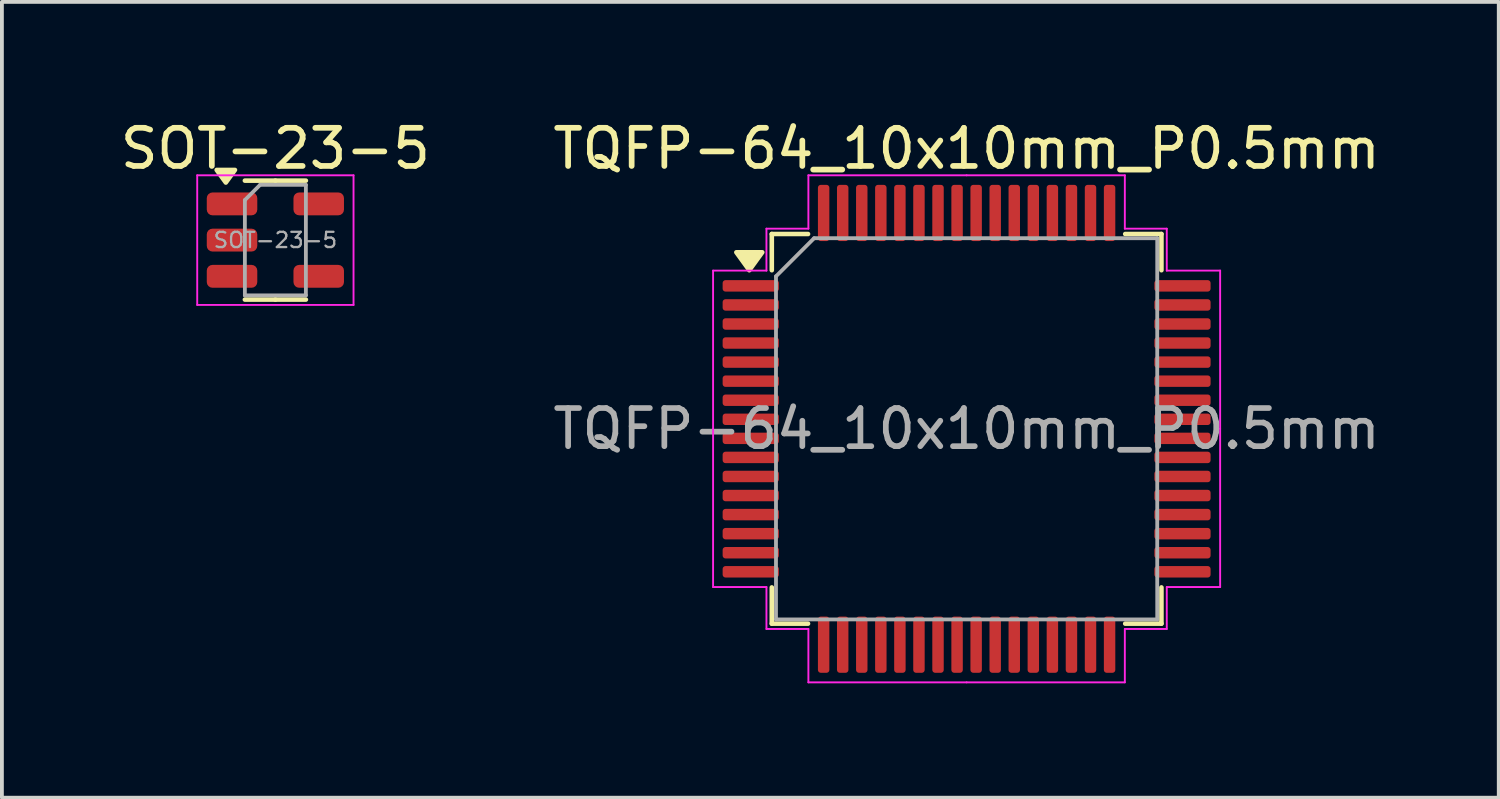
<source format=kicad_pcb>
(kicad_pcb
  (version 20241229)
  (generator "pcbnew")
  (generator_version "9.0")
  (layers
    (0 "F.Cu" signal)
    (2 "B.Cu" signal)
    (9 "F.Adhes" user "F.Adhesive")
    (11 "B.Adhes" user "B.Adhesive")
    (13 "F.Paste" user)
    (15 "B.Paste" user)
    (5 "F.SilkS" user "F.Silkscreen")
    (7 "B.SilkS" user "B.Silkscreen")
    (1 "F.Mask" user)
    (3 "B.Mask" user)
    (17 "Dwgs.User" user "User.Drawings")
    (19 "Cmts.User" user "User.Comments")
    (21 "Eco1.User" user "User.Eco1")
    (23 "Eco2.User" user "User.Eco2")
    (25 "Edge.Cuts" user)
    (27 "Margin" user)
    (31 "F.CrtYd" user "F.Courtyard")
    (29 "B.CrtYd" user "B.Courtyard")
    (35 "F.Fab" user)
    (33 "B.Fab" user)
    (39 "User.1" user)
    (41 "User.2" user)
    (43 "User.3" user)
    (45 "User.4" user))
  (footprint "TQFP-64_10x10mm_P0.5mm"
    (layer "F.Cu")
    (at 22.304 8.198)
    (property "Reference" "TQFP-64_10x10mm_P0.5mm" (at 0 -7.35 0) (layer "F.SilkS") (effects (font (size 1 1) (thickness 0.15))))
    (attr smd)
    (fp_line (start -5.11 -5.11) (end -5.11 -4.16) (stroke (width 0.12) (type solid)) (layer "F.SilkS"))
    (fp_line (start -5.11 5.11) (end -5.11 4.16) (stroke (width 0.12) (type solid)) (layer "F.SilkS"))
    (fp_line (start -4.16 -5.11) (end -5.11 -5.11) (stroke (width 0.12) (type solid)) (layer "F.SilkS"))
    (fp_line (start -4.16 5.11) (end -5.11 5.11) (stroke (width 0.12) (type solid)) (layer "F.SilkS"))
    (fp_line (start 4.16 -5.11) (end 5.11 -5.11) (stroke (width 0.12) (type solid)) (layer "F.SilkS"))
    (fp_line (start 4.16 5.11) (end 5.11 5.11) (stroke (width 0.12) (type solid)) (layer "F.SilkS"))
    (fp_line (start 5.11 -5.11) (end 5.11 -4.16) (stroke (width 0.12) (type solid)) (layer "F.SilkS"))
    (fp_line (start 5.11 5.11) (end 5.11 4.16) (stroke (width 0.12) (type solid)) (layer "F.SilkS"))
    (fp_poly (pts (xy -5.7 -4.16) (xy -6.04 -4.63) (xy -5.36 -4.63) (xy -5.7 -4.16)) (stroke (width 0.12) (type solid)) (fill yes) (layer "F.SilkS"))
    (fp_line (start -6.65 -4.15) (end -6.65 0) (stroke (width 0.05) (type solid)) (layer "F.CrtYd"))
    (fp_line (start -6.65 4.15) (end -6.65 0) (stroke (width 0.05) (type solid)) (layer "F.CrtYd"))
    (fp_line (start -5.25 -5.25) (end -5.25 -4.15) (stroke (width 0.05) (type solid)) (layer "F.CrtYd"))
    (fp_line (start -5.25 -4.15) (end -6.65 -4.15) (stroke (width 0.05) (type solid)) (layer "F.CrtYd"))
    (fp_line (start -5.25 4.15) (end -6.65 4.15) (stroke (width 0.05) (type solid)) (layer "F.CrtYd"))
    (fp_line (start -5.25 5.25) (end -5.25 4.15) (stroke (width 0.05) (type solid)) (layer "F.CrtYd"))
    (fp_line (start -4.15 -6.65) (end -4.15 -5.25) (stroke (width 0.05) (type solid)) (layer "F.CrtYd"))
    (fp_line (start -4.15 -5.25) (end -5.25 -5.25) (stroke (width 0.05) (type solid)) (layer "F.CrtYd"))
    (fp_line (start -4.15 5.25) (end -5.25 5.25) (stroke (width 0.05) (type solid)) (layer "F.CrtYd"))
    (fp_line (start -4.15 6.65) (end -4.15 5.25) (stroke (width 0.05) (type solid)) (layer "F.CrtYd"))
    (fp_line (start 0 -6.65) (end -4.15 -6.65) (stroke (width 0.05) (type solid)) (layer "F.CrtYd"))
    (fp_line (start 0 -6.65) (end 4.15 -6.65) (stroke (width 0.05) (type solid)) (layer "F.CrtYd"))
    (fp_line (start 0 6.65) (end -4.15 6.65) (stroke (width 0.05) (type solid)) (layer "F.CrtYd"))
    (fp_line (start 0 6.65) (end 4.15 6.65) (stroke (width 0.05) (type solid)) (layer "F.CrtYd"))
    (fp_line (start 4.15 -6.65) (end 4.15 -5.25) (stroke (width 0.05) (type solid)) (layer "F.CrtYd"))
    (fp_line (start 4.15 -5.25) (end 5.25 -5.25) (stroke (width 0.05) (type solid)) (layer "F.CrtYd"))
    (fp_line (start 4.15 5.25) (end 5.25 5.25) (stroke (width 0.05) (type solid)) (layer "F.CrtYd"))
    (fp_line (start 4.15 6.65) (end 4.15 5.25) (stroke (width 0.05) (type solid)) (layer "F.CrtYd"))
    (fp_line (start 5.25 -5.25) (end 5.25 -4.15) (stroke (width 0.05) (type solid)) (layer "F.CrtYd"))
    (fp_line (start 5.25 -4.15) (end 6.65 -4.15) (stroke (width 0.05) (type solid)) (layer "F.CrtYd"))
    (fp_line (start 5.25 4.15) (end 6.65 4.15) (stroke (width 0.05) (type solid)) (layer "F.CrtYd"))
    (fp_line (start 5.25 5.25) (end 5.25 4.15) (stroke (width 0.05) (type solid)) (layer "F.CrtYd"))
    (fp_line (start 6.65 -4.15) (end 6.65 0) (stroke (width 0.05) (type solid)) (layer "F.CrtYd"))
    (fp_line (start 6.65 4.15) (end 6.65 0) (stroke (width 0.05) (type solid)) (layer "F.CrtYd"))
    (fp_line (start -5 -4) (end -4 -5) (stroke (width 0.1) (type solid)) (layer "F.Fab"))
    (fp_line (start -5 5) (end -5 -4) (stroke (width 0.1) (type solid)) (layer "F.Fab"))
    (fp_line (start -4 -5) (end 5 -5) (stroke (width 0.1) (type solid)) (layer "F.Fab"))
    (fp_line (start 5 -5) (end 5 5) (stroke (width 0.1) (type solid)) (layer "F.Fab"))
    (fp_line (start 5 5) (end -5 5) (stroke (width 0.1) (type solid)) (layer "F.Fab"))
    (fp_text user "${REFERENCE}" (at 0 0 0) (layer "F.Fab") (effects (font (size 1 1) (thickness 0.15))))
    (pad "1" smd roundrect (at -5.662 -3.75) (size 1.475 0.3) (layers "F.Cu" "F.Mask" "F.Paste") (roundrect_rratio 0.25))
    (pad "2" smd roundrect (at -5.662 -3.25) (size 1.475 0.3) (layers "F.Cu" "F.Mask" "F.Paste") (roundrect_rratio 0.25))
    (pad "3" smd roundrect (at -5.662 -2.75) (size 1.475 0.3) (layers "F.Cu" "F.Mask" "F.Paste") (roundrect_rratio 0.25))
    (pad "4" smd roundrect (at -5.662 -2.25) (size 1.475 0.3) (layers "F.Cu" "F.Mask" "F.Paste") (roundrect_rratio 0.25))
    (pad "5" smd roundrect (at -5.662 -1.75) (size 1.475 0.3) (layers "F.Cu" "F.Mask" "F.Paste") (roundrect_rratio 0.25))
    (pad "6" smd roundrect (at -5.662 -1.25) (size 1.475 0.3) (layers "F.Cu" "F.Mask" "F.Paste") (roundrect_rratio 0.25))
    (pad "7" smd roundrect (at -5.662 -0.75) (size 1.475 0.3) (layers "F.Cu" "F.Mask" "F.Paste") (roundrect_rratio 0.25))
    (pad "8" smd roundrect (at -5.662 -0.25) (size 1.475 0.3) (layers "F.Cu" "F.Mask" "F.Paste") (roundrect_rratio 0.25))
    (pad "9" smd roundrect (at -5.662 0.25) (size 1.475 0.3) (layers "F.Cu" "F.Mask" "F.Paste") (roundrect_rratio 0.25))
    (pad "10" smd roundrect (at -5.662 0.75) (size 1.475 0.3) (layers "F.Cu" "F.Mask" "F.Paste") (roundrect_rratio 0.25))
    (pad "11" smd roundrect (at -5.662 1.25) (size 1.475 0.3) (layers "F.Cu" "F.Mask" "F.Paste") (roundrect_rratio 0.25))
    (pad "12" smd roundrect (at -5.662 1.75) (size 1.475 0.3) (layers "F.Cu" "F.Mask" "F.Paste") (roundrect_rratio 0.25))
    (pad "13" smd roundrect (at -5.662 2.25) (size 1.475 0.3) (layers "F.Cu" "F.Mask" "F.Paste") (roundrect_rratio 0.25))
    (pad "14" smd roundrect (at -5.662 2.75) (size 1.475 0.3) (layers "F.Cu" "F.Mask" "F.Paste") (roundrect_rratio 0.25))
    (pad "15" smd roundrect (at -5.662 3.25) (size 1.475 0.3) (layers "F.Cu" "F.Mask" "F.Paste") (roundrect_rratio 0.25))
    (pad "16" smd roundrect (at -5.662 3.75) (size 1.475 0.3) (layers "F.Cu" "F.Mask" "F.Paste") (roundrect_rratio 0.25))
    (pad "17" smd roundrect (at -3.75 5.662) (size 0.3 1.475) (layers "F.Cu" "F.Mask" "F.Paste") (roundrect_rratio 0.25))
    (pad "18" smd roundrect (at -3.25 5.662) (size 0.3 1.475) (layers "F.Cu" "F.Mask" "F.Paste") (roundrect_rratio 0.25))
    (pad "19" smd roundrect (at -2.75 5.662) (size 0.3 1.475) (layers "F.Cu" "F.Mask" "F.Paste") (roundrect_rratio 0.25))
    (pad "20" smd roundrect (at -2.25 5.662) (size 0.3 1.475) (layers "F.Cu" "F.Mask" "F.Paste") (roundrect_rratio 0.25))
    (pad "21" smd roundrect (at -1.75 5.662) (size 0.3 1.475) (layers "F.Cu" "F.Mask" "F.Paste") (roundrect_rratio 0.25))
    (pad "22" smd roundrect (at -1.25 5.662) (size 0.3 1.475) (layers "F.Cu" "F.Mask" "F.Paste") (roundrect_rratio 0.25))
    (pad "23" smd roundrect (at -0.75 5.662) (size 0.3 1.475) (layers "F.Cu" "F.Mask" "F.Paste") (roundrect_rratio 0.25))
    (pad "24" smd roundrect (at -0.25 5.662) (size 0.3 1.475) (layers "F.Cu" "F.Mask" "F.Paste") (roundrect_rratio 0.25))
    (pad "25" smd roundrect (at 0.25 5.662) (size 0.3 1.475) (layers "F.Cu" "F.Mask" "F.Paste") (roundrect_rratio 0.25))
    (pad "26" smd roundrect (at 0.75 5.662) (size 0.3 1.475) (layers "F.Cu" "F.Mask" "F.Paste") (roundrect_rratio 0.25))
    (pad "27" smd roundrect (at 1.25 5.662) (size 0.3 1.475) (layers "F.Cu" "F.Mask" "F.Paste") (roundrect_rratio 0.25))
    (pad "28" smd roundrect (at 1.75 5.662) (size 0.3 1.475) (layers "F.Cu" "F.Mask" "F.Paste") (roundrect_rratio 0.25))
    (pad "29" smd roundrect (at 2.25 5.662) (size 0.3 1.475) (layers "F.Cu" "F.Mask" "F.Paste") (roundrect_rratio 0.25))
    (pad "30" smd roundrect (at 2.75 5.662) (size 0.3 1.475) (layers "F.Cu" "F.Mask" "F.Paste") (roundrect_rratio 0.25))
    (pad "31" smd roundrect (at 3.25 5.662) (size 0.3 1.475) (layers "F.Cu" "F.Mask" "F.Paste") (roundrect_rratio 0.25))
    (pad "32" smd roundrect (at 3.75 5.662) (size 0.3 1.475) (layers "F.Cu" "F.Mask" "F.Paste") (roundrect_rratio 0.25))
    (pad "33" smd roundrect (at 5.662 3.75) (size 1.475 0.3) (layers "F.Cu" "F.Mask" "F.Paste") (roundrect_rratio 0.25))
    (pad "34" smd roundrect (at 5.662 3.25) (size 1.475 0.3) (layers "F.Cu" "F.Mask" "F.Paste") (roundrect_rratio 0.25))
    (pad "35" smd roundrect (at 5.662 2.75) (size 1.475 0.3) (layers "F.Cu" "F.Mask" "F.Paste") (roundrect_rratio 0.25))
    (pad "36" smd roundrect (at 5.662 2.25) (size 1.475 0.3) (layers "F.Cu" "F.Mask" "F.Paste") (roundrect_rratio 0.25))
    (pad "37" smd roundrect (at 5.662 1.75) (size 1.475 0.3) (layers "F.Cu" "F.Mask" "F.Paste") (roundrect_rratio 0.25))
    (pad "38" smd roundrect (at 5.662 1.25) (size 1.475 0.3) (layers "F.Cu" "F.Mask" "F.Paste") (roundrect_rratio 0.25))
    (pad "39" smd roundrect (at 5.662 0.75) (size 1.475 0.3) (layers "F.Cu" "F.Mask" "F.Paste") (roundrect_rratio 0.25))
    (pad "40" smd roundrect (at 5.662 0.25) (size 1.475 0.3) (layers "F.Cu" "F.Mask" "F.Paste") (roundrect_rratio 0.25))
    (pad "41" smd roundrect (at 5.662 -0.25) (size 1.475 0.3) (layers "F.Cu" "F.Mask" "F.Paste") (roundrect_rratio 0.25))
    (pad "42" smd roundrect (at 5.662 -0.75) (size 1.475 0.3) (layers "F.Cu" "F.Mask" "F.Paste") (roundrect_rratio 0.25))
    (pad "43" smd roundrect (at 5.662 -1.25) (size 1.475 0.3) (layers "F.Cu" "F.Mask" "F.Paste") (roundrect_rratio 0.25))
    (pad "44" smd roundrect (at 5.662 -1.75) (size 1.475 0.3) (layers "F.Cu" "F.Mask" "F.Paste") (roundrect_rratio 0.25))
    (pad "45" smd roundrect (at 5.662 -2.25) (size 1.475 0.3) (layers "F.Cu" "F.Mask" "F.Paste") (roundrect_rratio 0.25))
    (pad "46" smd roundrect (at 5.662 -2.75) (size 1.475 0.3) (layers "F.Cu" "F.Mask" "F.Paste") (roundrect_rratio 0.25))
    (pad "47" smd roundrect (at 5.662 -3.25) (size 1.475 0.3) (layers "F.Cu" "F.Mask" "F.Paste") (roundrect_rratio 0.25))
    (pad "48" smd roundrect (at 5.662 -3.75) (size 1.475 0.3) (layers "F.Cu" "F.Mask" "F.Paste") (roundrect_rratio 0.25))
    (pad "49" smd roundrect (at 3.75 -5.662) (size 0.3 1.475) (layers "F.Cu" "F.Mask" "F.Paste") (roundrect_rratio 0.25))
    (pad "50" smd roundrect (at 3.25 -5.662) (size 0.3 1.475) (layers "F.Cu" "F.Mask" "F.Paste") (roundrect_rratio 0.25))
    (pad "51" smd roundrect (at 2.75 -5.662) (size 0.3 1.475) (layers "F.Cu" "F.Mask" "F.Paste") (roundrect_rratio 0.25))
    (pad "52" smd roundrect (at 2.25 -5.662) (size 0.3 1.475) (layers "F.Cu" "F.Mask" "F.Paste") (roundrect_rratio 0.25))
    (pad "53" smd roundrect (at 1.75 -5.662) (size 0.3 1.475) (layers "F.Cu" "F.Mask" "F.Paste") (roundrect_rratio 0.25))
    (pad "54" smd roundrect (at 1.25 -5.662) (size 0.3 1.475) (layers "F.Cu" "F.Mask" "F.Paste") (roundrect_rratio 0.25))
    (pad "55" smd roundrect (at 0.75 -5.662) (size 0.3 1.475) (layers "F.Cu" "F.Mask" "F.Paste") (roundrect_rratio 0.25))
    (pad "56" smd roundrect (at 0.25 -5.662) (size 0.3 1.475) (layers "F.Cu" "F.Mask" "F.Paste") (roundrect_rratio 0.25))
    (pad "57" smd roundrect (at -0.25 -5.662) (size 0.3 1.475) (layers "F.Cu" "F.Mask" "F.Paste") (roundrect_rratio 0.25))
    (pad "58" smd roundrect (at -0.75 -5.662) (size 0.3 1.475) (layers "F.Cu" "F.Mask" "F.Paste") (roundrect_rratio 0.25))
    (pad "59" smd roundrect (at -1.25 -5.662) (size 0.3 1.475) (layers "F.Cu" "F.Mask" "F.Paste") (roundrect_rratio 0.25))
    (pad "60" smd roundrect (at -1.75 -5.662) (size 0.3 1.475) (layers "F.Cu" "F.Mask" "F.Paste") (roundrect_rratio 0.25))
    (pad "61" smd roundrect (at -2.25 -5.662) (size 0.3 1.475) (layers "F.Cu" "F.Mask" "F.Paste") (roundrect_rratio 0.25))
    (pad "62" smd roundrect (at -2.75 -5.662) (size 0.3 1.475) (layers "F.Cu" "F.Mask" "F.Paste") (roundrect_rratio 0.25))
    (pad "63" smd roundrect (at -3.25 -5.662) (size 0.3 1.475) (layers "F.Cu" "F.Mask" "F.Paste") (roundrect_rratio 0.25))
    (pad "64" smd roundrect (at -3.75 -5.662) (size 0.3 1.475) (layers "F.Cu" "F.Mask" "F.Paste") (roundrect_rratio 0.25)))
  (footprint "SOT-23-5"
    (layer "F.Cu")
    (at 4.173 3.248)
    (property "Reference" "SOT-23-5" (at 0 -2.4 0) (layer "F.SilkS") (effects (font (size 1 1) (thickness 0.15))))
    (attr smd)
    (fp_line (start 0 -1.56) (end -0.8 -1.56) (stroke (width 0.12) (type solid)) (layer "F.SilkS"))
    (fp_line (start 0 -1.56) (end 0.8 -1.56) (stroke (width 0.12) (type solid)) (layer "F.SilkS"))
    (fp_line (start 0 1.56) (end -0.8 1.56) (stroke (width 0.12) (type solid)) (layer "F.SilkS"))
    (fp_line (start 0 1.56) (end 0.8 1.56) (stroke (width 0.12) (type solid)) (layer "F.SilkS"))
    (fp_poly (pts (xy -1.3 -1.51) (xy -1.54 -1.84) (xy -1.06 -1.84) (xy -1.3 -1.51)) (stroke (width 0.12) (type solid)) (fill yes) (layer "F.SilkS"))
    (fp_line (start -2.05 -1.7) (end -2.05 1.7) (stroke (width 0.05) (type solid)) (layer "F.CrtYd"))
    (fp_line (start -2.05 1.7) (end 2.05 1.7) (stroke (width 0.05) (type solid)) (layer "F.CrtYd"))
    (fp_line (start 2.05 -1.7) (end -2.05 -1.7) (stroke (width 0.05) (type solid)) (layer "F.CrtYd"))
    (fp_line (start 2.05 1.7) (end 2.05 -1.7) (stroke (width 0.05) (type solid)) (layer "F.CrtYd"))
    (fp_line (start -0.8 -1.05) (end -0.4 -1.45) (stroke (width 0.1) (type solid)) (layer "F.Fab"))
    (fp_line (start -0.8 1.45) (end -0.8 -1.05) (stroke (width 0.1) (type solid)) (layer "F.Fab"))
    (fp_line (start -0.4 -1.45) (end 0.8 -1.45) (stroke (width 0.1) (type solid)) (layer "F.Fab"))
    (fp_line (start 0.8 -1.45) (end 0.8 1.45) (stroke (width 0.1) (type solid)) (layer "F.Fab"))
    (fp_line (start 0.8 1.45) (end -0.8 1.45) (stroke (width 0.1) (type solid)) (layer "F.Fab"))
    (fp_text user "${REFERENCE}" (at 0 0 0) (layer "F.Fab") (effects (font (size 0.4 0.4) (thickness 0.06))))
    (pad "1" smd roundrect (at -1.137 -0.95) (size 1.325 0.6) (layers "F.Cu" "F.Mask" "F.Paste") (roundrect_rratio 0.25))
    (pad "2" smd roundrect (at -1.137 0) (size 1.325 0.6) (layers "F.Cu" "F.Mask" "F.Paste") (roundrect_rratio 0.25))
    (pad "3" smd roundrect (at -1.137 0.95) (size 1.325 0.6) (layers "F.Cu" "F.Mask" "F.Paste") (roundrect_rratio 0.25))
    (pad "4" smd roundrect (at 1.137 0.95) (size 1.325 0.6) (layers "F.Cu" "F.Mask" "F.Paste") (roundrect_rratio 0.25))
    (pad "5" smd roundrect (at 1.137 -0.95) (size 1.325 0.6) (layers "F.Cu" "F.Mask" "F.Paste") (roundrect_rratio 0.25)))
  (gr_rect
    (start -3 -3)
    (end 36.262 17.873)
    (stroke (width 0.1) (type default))
    (fill no)
    (layer "Edge.Cuts")))
</source>
